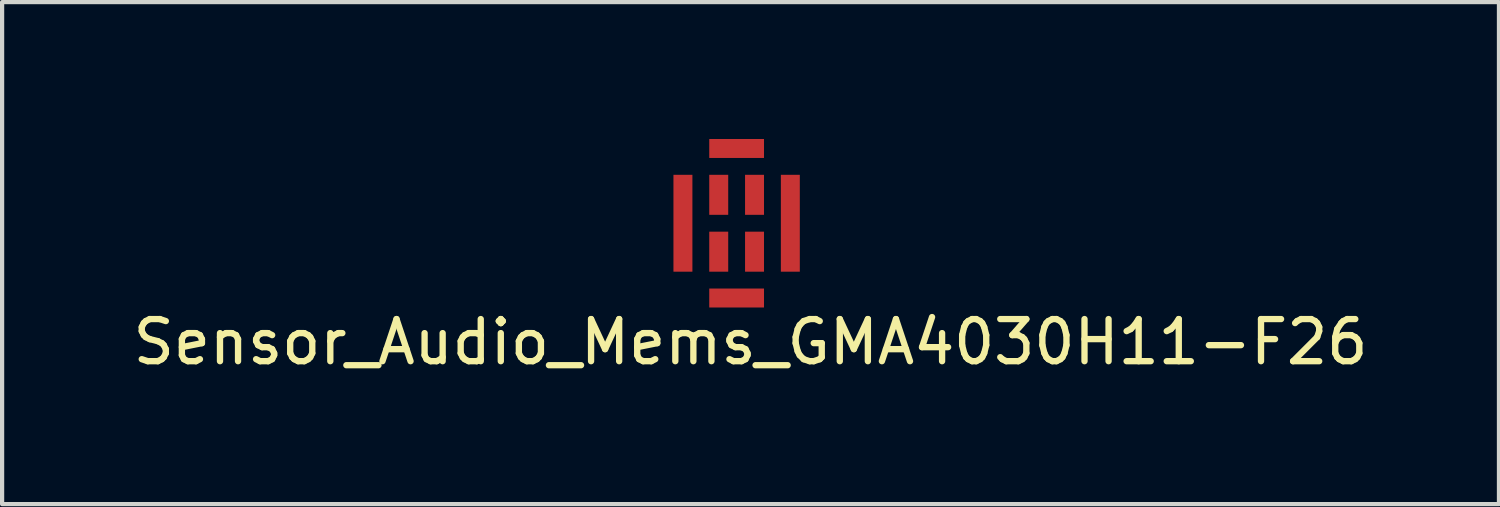
<source format=kicad_pcb>
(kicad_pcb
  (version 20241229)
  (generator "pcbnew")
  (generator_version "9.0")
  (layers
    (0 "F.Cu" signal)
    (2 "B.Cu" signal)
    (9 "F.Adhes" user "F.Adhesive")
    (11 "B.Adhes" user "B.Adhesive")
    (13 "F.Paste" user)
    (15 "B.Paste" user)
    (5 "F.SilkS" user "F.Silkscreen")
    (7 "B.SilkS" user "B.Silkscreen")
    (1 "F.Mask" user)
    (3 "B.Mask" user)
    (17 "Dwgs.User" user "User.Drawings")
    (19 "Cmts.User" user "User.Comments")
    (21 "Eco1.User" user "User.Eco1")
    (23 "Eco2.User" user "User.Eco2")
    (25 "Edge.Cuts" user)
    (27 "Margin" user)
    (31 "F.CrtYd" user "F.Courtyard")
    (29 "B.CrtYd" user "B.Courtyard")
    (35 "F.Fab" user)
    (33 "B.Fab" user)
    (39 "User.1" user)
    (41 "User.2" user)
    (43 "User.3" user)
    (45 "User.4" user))
  (footprint "Sensor_Audio_Mems_GMA4030H11-F26"
    (layer "F.Cu")
    (at 12.938 0.25)
    (property "Reference" "Sensor_Audio_Mems_GMA4030H11-F26" (at 1.83 4.82 0) (layer "F.SilkS") (effects (font (size 1 1) (thickness 0.15))))
    (attr through_hole)
    (pad "1" smd rect (at 0.85 2.2) (size 0.45 0.95) (drill (offset 0.225 0.475)) (layers "F.Cu" "F.Mask" "F.Paste"))
    (pad "2" smd rect (at 0.85 0.85) (size 0.45 0.95) (drill (offset 0.225 0.475)) (layers "F.Cu" "F.Mask" "F.Paste"))
    (pad "3" smd rect (at 1.7 0.85) (size 0.45 0.95) (drill (offset 0.225 0.475)) (layers "F.Cu" "F.Mask" "F.Paste"))
    (pad "3" smd rect (at 1.7 2.2) (size 0.45 0.95) (drill (offset 0.225 0.475)) (layers "F.Cu" "F.Mask" "F.Paste"))
    (pad "5" smd rect (at 0.85 3.55) (size 1.3 0.45) (drill (offset 0.65 0.225)) (layers "F.Cu" "F.Mask" "F.Paste"))
    (pad "6" smd rect (at 0 0.85) (size 0.45 2.3) (drill (offset 0.225 1.15)) (layers "F.Cu" "F.Mask" "F.Paste"))
    (pad "7" smd rect (at 0.85 0) (size 1.3 0.45) (drill (offset 0.65 0.225)) (layers "F.Cu" "F.Mask" "F.Paste"))
    (pad "8" smd rect (at 2.55 0.85) (size 0.45 2.3) (drill (offset 0.225 1.15)) (layers "F.Cu" "F.Mask" "F.Paste")))
  (gr_rect
    (start -3 -3)
    (end 32.536 8.918)
    (stroke (width 0.1) (type default))
    (fill no)
    (layer "Edge.Cuts")))
</source>
